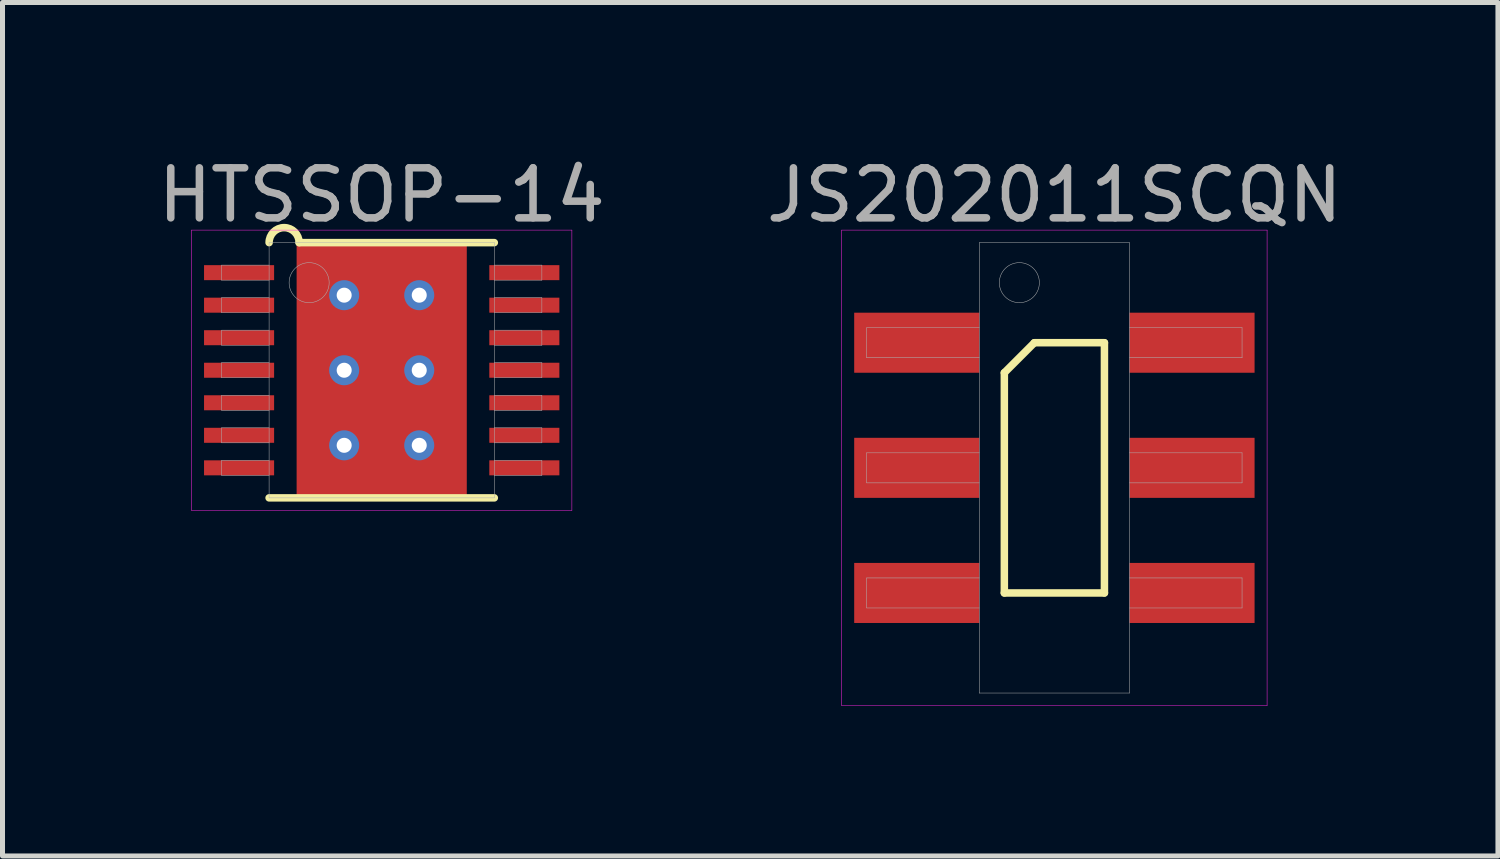
<source format=kicad_pcb>
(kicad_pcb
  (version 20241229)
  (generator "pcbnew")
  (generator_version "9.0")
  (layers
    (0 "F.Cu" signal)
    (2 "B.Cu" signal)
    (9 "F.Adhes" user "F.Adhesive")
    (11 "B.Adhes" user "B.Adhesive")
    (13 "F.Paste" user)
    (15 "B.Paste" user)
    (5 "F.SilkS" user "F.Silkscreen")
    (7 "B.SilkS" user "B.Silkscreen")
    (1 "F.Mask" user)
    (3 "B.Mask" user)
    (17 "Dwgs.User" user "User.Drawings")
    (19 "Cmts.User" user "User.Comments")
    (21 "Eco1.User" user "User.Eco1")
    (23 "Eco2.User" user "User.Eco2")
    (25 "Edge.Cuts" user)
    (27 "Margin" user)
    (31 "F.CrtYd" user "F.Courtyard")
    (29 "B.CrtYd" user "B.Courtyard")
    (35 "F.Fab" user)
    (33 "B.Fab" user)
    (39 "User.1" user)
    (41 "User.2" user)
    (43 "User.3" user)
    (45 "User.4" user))
  (footprint "HTSSOP-14"
    (layer "F.Cu")
    (at 4.577 4.348)
    (property "Reference" "HTSSOP-14" (at 0 -3.5 0) (layer "F.Fab") (effects (font (size 1 1) (thickness 0.15))))
    (attr smd)
    (fp_line (start -2.25 2.55) (end 2.25 2.55) (stroke (width 0.15) (type solid)) (layer "F.SilkS"))
    (fp_line (start -1.65 -2.55) (end 2.25 -2.55) (stroke (width 0.15) (type solid)) (layer "F.SilkS"))
    (fp_arc (start -2.25 -2.55) (mid -1.95 -2.85) (end -1.65 -2.55) (stroke (width 0.15) (type solid)) (layer "F.SilkS"))
    (fp_line (start -3.8 -2.8) (end 3.8 -2.8) (stroke (width 0.01) (type solid)) (layer "F.CrtYd"))
    (fp_line (start -3.8 2.8) (end -3.8 -2.8) (stroke (width 0.01) (type solid)) (layer "F.CrtYd"))
    (fp_line (start 3.8 -2.8) (end 3.8 2.8) (stroke (width 0.01) (type solid)) (layer "F.CrtYd"))
    (fp_line (start 3.8 2.8) (end -3.8 2.8) (stroke (width 0.01) (type solid)) (layer "F.CrtYd"))
    (fp_line (start -3.2 -2.1) (end -2.25 -2.1) (stroke (width 0.01) (type solid)) (layer "F.Fab"))
    (fp_line (start -3.2 -1.8) (end -3.2 -2.1) (stroke (width 0.01) (type solid)) (layer "F.Fab"))
    (fp_line (start -3.2 -1.45) (end -2.25 -1.45) (stroke (width 0.01) (type solid)) (layer "F.Fab"))
    (fp_line (start -3.2 -1.15) (end -3.2 -1.45) (stroke (width 0.01) (type solid)) (layer "F.Fab"))
    (fp_line (start -3.2 -0.8) (end -2.25 -0.8) (stroke (width 0.01) (type solid)) (layer "F.Fab"))
    (fp_line (start -3.2 -0.5) (end -3.2 -0.8) (stroke (width 0.01) (type solid)) (layer "F.Fab"))
    (fp_line (start -3.2 -0.15) (end -2.25 -0.15) (stroke (width 0.01) (type solid)) (layer "F.Fab"))
    (fp_line (start -3.2 0.15) (end -3.2 -0.15) (stroke (width 0.01) (type solid)) (layer "F.Fab"))
    (fp_line (start -3.2 0.5) (end -2.25 0.5) (stroke (width 0.01) (type solid)) (layer "F.Fab"))
    (fp_line (start -3.2 0.8) (end -3.2 0.5) (stroke (width 0.01) (type solid)) (layer "F.Fab"))
    (fp_line (start -3.2 1.15) (end -2.25 1.15) (stroke (width 0.01) (type solid)) (layer "F.Fab"))
    (fp_line (start -3.2 1.45) (end -3.2 1.15) (stroke (width 0.01) (type solid)) (layer "F.Fab"))
    (fp_line (start -3.2 1.8) (end -2.25 1.8) (stroke (width 0.01) (type solid)) (layer "F.Fab"))
    (fp_line (start -3.2 2.1) (end -3.2 1.8) (stroke (width 0.01) (type solid)) (layer "F.Fab"))
    (fp_line (start -2.25 -2.55) (end 2.25 -2.55) (stroke (width 0.01) (type solid)) (layer "F.Fab"))
    (fp_line (start -2.25 -1.8) (end -3.2 -1.8) (stroke (width 0.01) (type solid)) (layer "F.Fab"))
    (fp_line (start -2.25 -1.15) (end -3.2 -1.15) (stroke (width 0.01) (type solid)) (layer "F.Fab"))
    (fp_line (start -2.25 -0.5) (end -3.2 -0.5) (stroke (width 0.01) (type solid)) (layer "F.Fab"))
    (fp_line (start -2.25 0.15) (end -3.2 0.15) (stroke (width 0.01) (type solid)) (layer "F.Fab"))
    (fp_line (start -2.25 0.8) (end -3.2 0.8) (stroke (width 0.01) (type solid)) (layer "F.Fab"))
    (fp_line (start -2.25 1.45) (end -3.2 1.45) (stroke (width 0.01) (type solid)) (layer "F.Fab"))
    (fp_line (start -2.25 2.1) (end -3.2 2.1) (stroke (width 0.01) (type solid)) (layer "F.Fab"))
    (fp_line (start -2.25 2.55) (end -2.25 -2.55) (stroke (width 0.01) (type solid)) (layer "F.Fab"))
    (fp_line (start 2.25 -2.55) (end 2.25 2.55) (stroke (width 0.01) (type solid)) (layer "F.Fab"))
    (fp_line (start 2.25 -2.1) (end 3.2 -2.1) (stroke (width 0.01) (type solid)) (layer "F.Fab"))
    (fp_line (start 2.25 -1.45) (end 3.2 -1.45) (stroke (width 0.01) (type solid)) (layer "F.Fab"))
    (fp_line (start 2.25 -0.8) (end 3.2 -0.8) (stroke (width 0.01) (type solid)) (layer "F.Fab"))
    (fp_line (start 2.25 -0.15) (end 3.2 -0.15) (stroke (width 0.01) (type solid)) (layer "F.Fab"))
    (fp_line (start 2.25 0.5) (end 3.2 0.5) (stroke (width 0.01) (type solid)) (layer "F.Fab"))
    (fp_line (start 2.25 1.15) (end 3.2 1.15) (stroke (width 0.01) (type solid)) (layer "F.Fab"))
    (fp_line (start 2.25 1.8) (end 3.2 1.8) (stroke (width 0.01) (type solid)) (layer "F.Fab"))
    (fp_line (start 2.25 2.55) (end -2.25 2.55) (stroke (width 0.01) (type solid)) (layer "F.Fab"))
    (fp_line (start 3.2 -2.1) (end 3.2 -1.8) (stroke (width 0.01) (type solid)) (layer "F.Fab"))
    (fp_line (start 3.2 -1.8) (end 2.25 -1.8) (stroke (width 0.01) (type solid)) (layer "F.Fab"))
    (fp_line (start 3.2 -1.45) (end 3.2 -1.15) (stroke (width 0.01) (type solid)) (layer "F.Fab"))
    (fp_line (start 3.2 -1.15) (end 2.25 -1.15) (stroke (width 0.01) (type solid)) (layer "F.Fab"))
    (fp_line (start 3.2 -0.8) (end 3.2 -0.5) (stroke (width 0.01) (type solid)) (layer "F.Fab"))
    (fp_line (start 3.2 -0.5) (end 2.25 -0.5) (stroke (width 0.01) (type solid)) (layer "F.Fab"))
    (fp_line (start 3.2 -0.15) (end 3.2 0.15) (stroke (width 0.01) (type solid)) (layer "F.Fab"))
    (fp_line (start 3.2 0.15) (end 2.25 0.15) (stroke (width 0.01) (type solid)) (layer "F.Fab"))
    (fp_line (start 3.2 0.5) (end 3.2 0.8) (stroke (width 0.01) (type solid)) (layer "F.Fab"))
    (fp_line (start 3.2 0.8) (end 2.25 0.8) (stroke (width 0.01) (type solid)) (layer "F.Fab"))
    (fp_line (start 3.2 1.15) (end 3.2 1.45) (stroke (width 0.01) (type solid)) (layer "F.Fab"))
    (fp_line (start 3.2 1.45) (end 2.25 1.45) (stroke (width 0.01) (type solid)) (layer "F.Fab"))
    (fp_line (start 3.2 1.8) (end 3.2 2.1) (stroke (width 0.01) (type solid)) (layer "F.Fab"))
    (fp_line (start 3.2 2.1) (end 2.25 2.1) (stroke (width 0.01) (type solid)) (layer "F.Fab"))
    (fp_circle (center -1.45 -1.75) (end -1.45 -1.35) (stroke (width 0.01) (type solid)) (fill no) (layer "F.Fab"))
    (pad "" smd rect (at 0 0) (size 2.46 2.31) (layers "F.Mask"))
    (pad "" smd rect (at 0 0) (size 2.46 2.31) (layers "F.Paste"))
    (pad "1" smd rect (at -2.85 -1.95) (size 1.4 0.3) (layers "F.Cu" "F.Mask" "F.Paste"))
    (pad "2" smd rect (at -2.85 -1.3) (size 1.4 0.3) (layers "F.Cu" "F.Mask" "F.Paste"))
    (pad "3" smd rect (at -2.85 -0.65) (size 1.4 0.3) (layers "F.Cu" "F.Mask" "F.Paste"))
    (pad "4" smd rect (at -2.85 0) (size 1.4 0.3) (layers "F.Cu" "F.Mask" "F.Paste"))
    (pad "5" smd rect (at -2.85 0.65) (size 1.4 0.3) (layers "F.Cu" "F.Mask" "F.Paste"))
    (pad "6" smd rect (at -2.85 1.3) (size 1.4 0.3) (layers "F.Cu" "F.Mask" "F.Paste"))
    (pad "7" smd rect (at -2.85 1.95) (size 1.4 0.3) (layers "F.Cu" "F.Mask" "F.Paste"))
    (pad "8" smd rect (at 2.85 1.95) (size 1.4 0.3) (layers "F.Cu" "F.Mask" "F.Paste"))
    (pad "9" smd rect (at 2.85 1.3) (size 1.4 0.3) (layers "F.Cu" "F.Mask" "F.Paste"))
    (pad "10" smd rect (at 2.85 0.65) (size 1.4 0.3) (layers "F.Cu" "F.Mask" "F.Paste"))
    (pad "11" smd rect (at 2.85 0) (size 1.4 0.3) (layers "F.Cu" "F.Mask" "F.Paste"))
    (pad "12" smd rect (at 2.85 -0.65) (size 1.4 0.3) (layers "F.Cu" "F.Mask" "F.Paste"))
    (pad "13" smd rect (at 2.85 -1.3) (size 1.4 0.3) (layers "F.Cu" "F.Mask" "F.Paste"))
    (pad "14" smd rect (at 2.85 -1.95) (size 1.4 0.3) (layers "F.Cu" "F.Mask" "F.Paste"))
    (pad "EP" thru_hole circle (at -0.75 -1.5) (size 0.6 0.6) (drill 0.3) (layers "*.Cu"))
    (pad "EP" thru_hole circle (at -0.75 0) (size 0.6 0.6) (drill 0.3) (layers "*.Cu"))
    (pad "EP" thru_hole circle (at -0.75 1.5) (size 0.6 0.6) (drill 0.3) (layers "*.Cu"))
    (pad "EP" smd rect (at 0 0) (size 3.4 5) (layers "F.Cu"))
    (pad "EP" thru_hole circle (at 0.75 -1.5) (size 0.6 0.6) (drill 0.3) (layers "*.Cu"))
    (pad "EP" thru_hole circle (at 0.75 0) (size 0.6 0.6) (drill 0.3) (layers "*.Cu"))
    (pad "EP" thru_hole circle (at 0.75 1.5) (size 0.6 0.6) (drill 0.3) (layers "*.Cu")))
  (footprint "JS202011SCQN"
    (layer "F.Cu")
    (at 18.018 6.298)
    (property "Reference" "JS202011SCQN" (at 0 -5.45 0) (layer "F.Fab") (effects (font (size 1 1) (thickness 0.15))))
    (attr through_hole)
    (fp_line (start -1 -1.9) (end -0.4 -2.5) (stroke (width 0.15) (type solid)) (layer "F.SilkS"))
    (fp_line (start -1 2.5) (end -1 -1.9) (stroke (width 0.15) (type solid)) (layer "F.SilkS"))
    (fp_line (start -0.4 -2.5) (end 1 -2.5) (stroke (width 0.15) (type solid)) (layer "F.SilkS"))
    (fp_line (start 1 -2.5) (end 1 2.5) (stroke (width 0.15) (type solid)) (layer "F.SilkS"))
    (fp_line (start 1 2.5) (end -1 2.5) (stroke (width 0.15) (type solid)) (layer "F.SilkS"))
    (fp_line (start -4.25 -4.75) (end 4.25 -4.75) (stroke (width 0.01) (type solid)) (layer "F.CrtYd"))
    (fp_line (start -4.25 4.75) (end -4.25 -4.75) (stroke (width 0.01) (type solid)) (layer "F.CrtYd"))
    (fp_line (start 4.25 -4.75) (end 4.25 4.75) (stroke (width 0.01) (type solid)) (layer "F.CrtYd"))
    (fp_line (start 4.25 4.75) (end -4.25 4.75) (stroke (width 0.01) (type solid)) (layer "F.CrtYd"))
    (fp_line (start -3.75 -2.8) (end -1.5 -2.8) (stroke (width 0.01) (type solid)) (layer "F.Fab"))
    (fp_line (start -3.75 -2.2) (end -3.75 -2.8) (stroke (width 0.01) (type solid)) (layer "F.Fab"))
    (fp_line (start -3.75 -0.3) (end -1.5 -0.3) (stroke (width 0.01) (type solid)) (layer "F.Fab"))
    (fp_line (start -3.75 0.3) (end -3.75 -0.3) (stroke (width 0.01) (type solid)) (layer "F.Fab"))
    (fp_line (start -3.75 2.2) (end -1.5 2.2) (stroke (width 0.01) (type solid)) (layer "F.Fab"))
    (fp_line (start -3.75 2.8) (end -3.75 2.2) (stroke (width 0.01) (type solid)) (layer "F.Fab"))
    (fp_line (start -1.5 -4.5) (end 1.5 -4.5) (stroke (width 0.01) (type solid)) (layer "F.Fab"))
    (fp_line (start -1.5 -2.2) (end -3.75 -2.2) (stroke (width 0.01) (type solid)) (layer "F.Fab"))
    (fp_line (start -1.5 0.3) (end -3.75 0.3) (stroke (width 0.01) (type solid)) (layer "F.Fab"))
    (fp_line (start -1.5 2.8) (end -3.75 2.8) (stroke (width 0.01) (type solid)) (layer "F.Fab"))
    (fp_line (start -1.5 4.5) (end -1.5 -4.5) (stroke (width 0.01) (type solid)) (layer "F.Fab"))
    (fp_line (start 1.5 -4.5) (end 1.5 4.5) (stroke (width 0.01) (type solid)) (layer "F.Fab"))
    (fp_line (start 1.5 -2.8) (end 3.75 -2.8) (stroke (width 0.01) (type solid)) (layer "F.Fab"))
    (fp_line (start 1.5 -0.3) (end 3.75 -0.3) (stroke (width 0.01) (type solid)) (layer "F.Fab"))
    (fp_line (start 1.5 2.2) (end 3.75 2.2) (stroke (width 0.01) (type solid)) (layer "F.Fab"))
    (fp_line (start 1.5 4.5) (end -1.5 4.5) (stroke (width 0.01) (type solid)) (layer "F.Fab"))
    (fp_line (start 3.75 -2.8) (end 3.75 -2.2) (stroke (width 0.01) (type solid)) (layer "F.Fab"))
    (fp_line (start 3.75 -2.2) (end 1.5 -2.2) (stroke (width 0.01) (type solid)) (layer "F.Fab"))
    (fp_line (start 3.75 -0.3) (end 3.75 0.3) (stroke (width 0.01) (type solid)) (layer "F.Fab"))
    (fp_line (start 3.75 0.3) (end 1.5 0.3) (stroke (width 0.01) (type solid)) (layer "F.Fab"))
    (fp_line (start 3.75 2.2) (end 3.75 2.8) (stroke (width 0.01) (type solid)) (layer "F.Fab"))
    (fp_line (start 3.75 2.8) (end 1.5 2.8) (stroke (width 0.01) (type solid)) (layer "F.Fab"))
    (fp_circle (center -0.7 -3.7) (end -0.7 -3.3) (stroke (width 0.01) (type solid)) (fill no) (layer "F.Fab"))
    (pad "1" smd rect (at -2.75 -2.5) (size 2.5 1.2) (layers "F.Cu" "F.Mask" "F.Paste"))
    (pad "2" smd rect (at -2.75 0) (size 2.5 1.2) (layers "F.Cu" "F.Mask" "F.Paste"))
    (pad "3" smd rect (at -2.75 2.5) (size 2.5 1.2) (layers "F.Cu" "F.Mask" "F.Paste"))
    (pad "4" smd rect (at 2.75 2.5) (size 2.5 1.2) (layers "F.Cu" "F.Mask" "F.Paste"))
    (pad "5" smd rect (at 2.75 0) (size 2.5 1.2) (layers "F.Cu" "F.Mask" "F.Paste"))
    (pad "6" smd rect (at 2.75 -2.5) (size 2.5 1.2) (layers "F.Cu" "F.Mask" "F.Paste")))
  (gr_rect
    (start -3 -3)
    (end 26.881 14.053)
    (stroke (width 0.1) (type default))
    (fill no)
    (layer "Edge.Cuts")))
</source>
